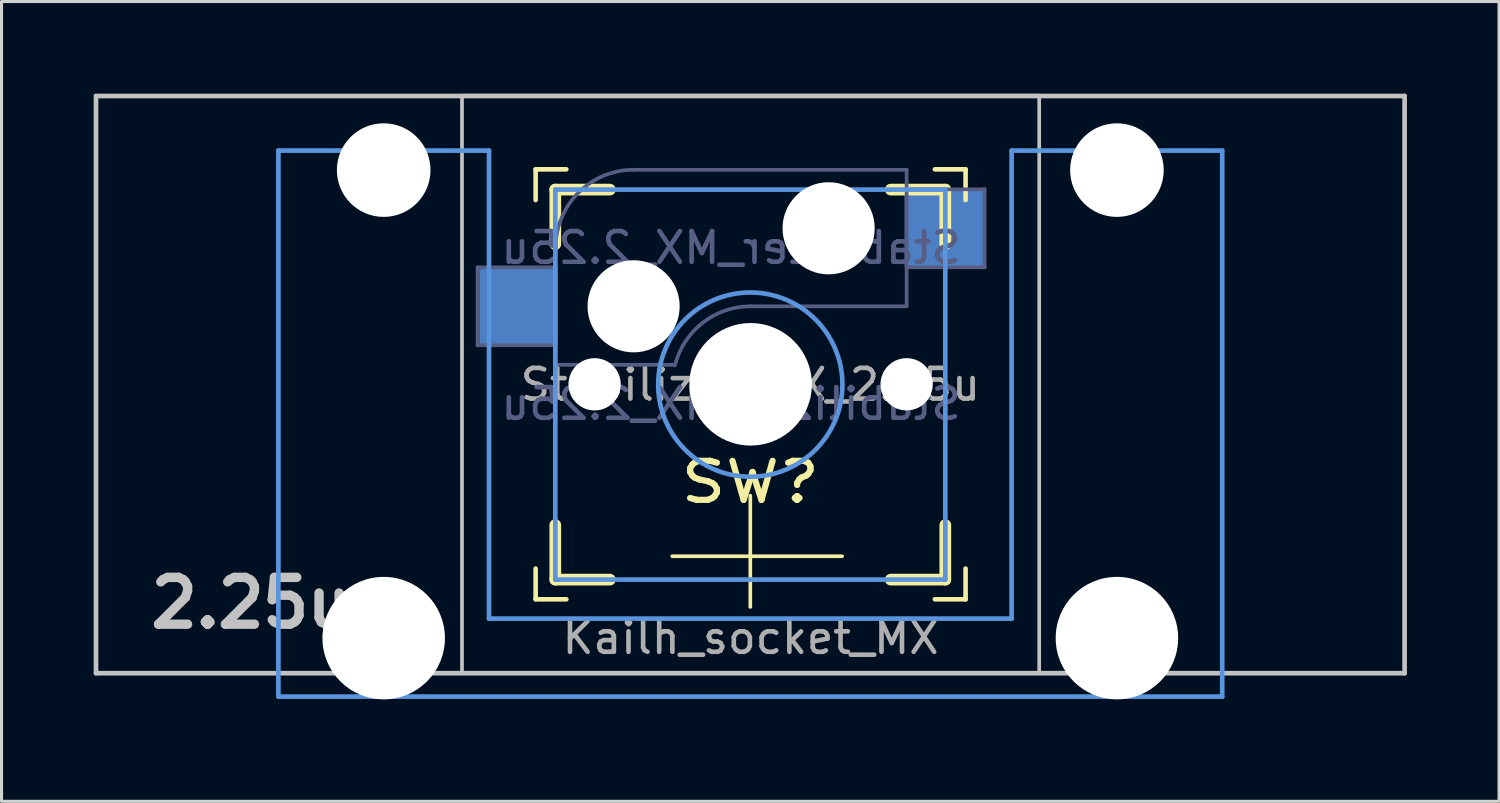
<source format=kicad_pcb>
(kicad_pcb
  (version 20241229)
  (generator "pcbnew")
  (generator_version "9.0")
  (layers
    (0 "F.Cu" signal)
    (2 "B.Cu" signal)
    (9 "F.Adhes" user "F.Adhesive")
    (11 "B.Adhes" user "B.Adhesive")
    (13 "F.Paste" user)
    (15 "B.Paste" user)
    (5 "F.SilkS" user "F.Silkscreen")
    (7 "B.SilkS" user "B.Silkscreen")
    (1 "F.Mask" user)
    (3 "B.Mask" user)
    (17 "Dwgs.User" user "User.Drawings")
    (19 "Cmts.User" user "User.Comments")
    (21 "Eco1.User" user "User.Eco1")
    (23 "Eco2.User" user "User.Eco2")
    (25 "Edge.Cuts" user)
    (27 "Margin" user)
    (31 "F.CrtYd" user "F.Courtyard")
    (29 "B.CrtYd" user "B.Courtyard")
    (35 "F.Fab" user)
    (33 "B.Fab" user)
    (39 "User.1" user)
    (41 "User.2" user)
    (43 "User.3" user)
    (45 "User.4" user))
  (footprint "Stabilizer_MX_2.25u"
    (layer "F.Cu")
    (at 21.382 9.474)
    (property "Reference" "Stabilizer_MX_2.25u" (at 0 0 0) (layer "F.Fab") (effects (font (size 1 1) (thickness 0.15))))
    (property "Value" "Stabilizer_MX_2.25u" (at 0 10.16 0) (layer "F.Fab") (hide yes) (effects (font (size 1 1) (thickness 0.15))))
    (attr through_hole)
    (fp_line (start -6.99 -6.01) (end -6.99 -7.01) (stroke (width 0.15) (type solid)) (layer "F.SilkS"))
    (fp_line (start -6.99 6.99) (end -6.99 5.99) (stroke (width 0.15) (type solid)) (layer "F.SilkS"))
    (fp_line (start -6.99 6.99) (end -5.99 6.99) (stroke (width 0.15) (type solid)) (layer "F.SilkS"))
    (fp_line (start -6.35 -6.35) (end -4.572 -6.35) (stroke (width 0.381) (type solid)) (layer "F.SilkS"))
    (fp_line (start -6.35 -4.572) (end -6.35 -6.35) (stroke (width 0.381) (type solid)) (layer "F.SilkS"))
    (fp_line (start -6.35 6.35) (end -6.35 4.572) (stroke (width 0.381) (type solid)) (layer "F.SilkS"))
    (fp_line (start -5.99 -7.01) (end -6.99 -7.01) (stroke (width 0.15) (type solid)) (layer "F.SilkS"))
    (fp_line (start -4.572 6.35) (end -6.35 6.35) (stroke (width 0.381) (type solid)) (layer "F.SilkS"))
    (fp_line (start -2.54 5.588) (end 2.99 5.588) (stroke (width 0.12) (type solid)) (layer "F.SilkS"))
    (fp_line (start 0 7.239) (end 0 3.617) (stroke (width 0.12) (type solid)) (layer "F.SilkS"))
    (fp_line (start 4.572 -6.35) (end 6.35 -6.35) (stroke (width 0.381) (type solid)) (layer "F.SilkS"))
    (fp_line (start 6.01 6.99) (end 7.01 6.99) (stroke (width 0.15) (type solid)) (layer "F.SilkS"))
    (fp_line (start 6.35 -6.35) (end 6.35 -4.572) (stroke (width 0.381) (type solid)) (layer "F.SilkS"))
    (fp_line (start 6.35 4.572) (end 6.35 6.35) (stroke (width 0.381) (type solid)) (layer "F.SilkS"))
    (fp_line (start 6.35 6.35) (end 4.572 6.35) (stroke (width 0.381) (type solid)) (layer "F.SilkS"))
    (fp_line (start 7.01 -7.01) (end 6.01 -7.01) (stroke (width 0.15) (type solid)) (layer "F.SilkS"))
    (fp_line (start 7.01 -7.01) (end 7.01 -6.01) (stroke (width 0.15) (type solid)) (layer "F.SilkS"))
    (fp_line (start 7.01 5.99) (end 7.01 6.99) (stroke (width 0.15) (type solid)) (layer "F.SilkS"))
    (fp_line (start -21.306 -9.398) (end 21.306 -9.398) (stroke (width 0.152) (type solid)) (layer "Dwgs.User"))
    (fp_line (start -21.306 9.398) (end -21.306 -9.398) (stroke (width 0.152) (type solid)) (layer "Dwgs.User"))
    (fp_line (start -9.388 -9.408) (end 9.408 -9.408) (stroke (width 0.12) (type solid)) (layer "Dwgs.User"))
    (fp_line (start -9.388 9.388) (end -9.388 -9.408) (stroke (width 0.12) (type solid)) (layer "Dwgs.User"))
    (fp_line (start 9.408 -9.408) (end 9.408 9.388) (stroke (width 0.12) (type solid)) (layer "Dwgs.User"))
    (fp_line (start 9.408 9.388) (end -9.388 9.388) (stroke (width 0.12) (type solid)) (layer "Dwgs.User"))
    (fp_line (start 21.306 -9.398) (end 21.306 9.398) (stroke (width 0.152) (type solid)) (layer "Dwgs.User"))
    (fp_line (start 21.306 9.398) (end -21.306 9.398) (stroke (width 0.152) (type solid)) (layer "Dwgs.User"))
    (fp_line (start -15.367 -7.62) (end -15.367 10.16) (stroke (width 0.152) (type solid)) (layer "Cmts.User"))
    (fp_line (start -15.367 10.16) (end 15.367 10.16) (stroke (width 0.152) (type solid)) (layer "Cmts.User"))
    (fp_line (start -8.509 -7.62) (end -15.367 -7.62) (stroke (width 0.152) (type solid)) (layer "Cmts.User"))
    (fp_line (start -8.509 7.62) (end -8.509 -7.62) (stroke (width 0.152) (type solid)) (layer "Cmts.User"))
    (fp_line (start -6.35 -6.35) (end 6.35 -6.35) (stroke (width 0.152) (type solid)) (layer "Cmts.User"))
    (fp_line (start -6.35 6.35) (end -6.35 -6.35) (stroke (width 0.152) (type solid)) (layer "Cmts.User"))
    (fp_line (start 6.35 -6.35) (end 6.35 6.35) (stroke (width 0.152) (type solid)) (layer "Cmts.User"))
    (fp_line (start 6.35 6.35) (end -6.35 6.35) (stroke (width 0.152) (type solid)) (layer "Cmts.User"))
    (fp_line (start 8.509 -7.62) (end 8.509 7.62) (stroke (width 0.152) (type solid)) (layer "Cmts.User"))
    (fp_line (start 8.509 7.62) (end -8.509 7.62) (stroke (width 0.152) (type solid)) (layer "Cmts.User"))
    (fp_line (start 15.367 -7.62) (end 8.509 -7.62) (stroke (width 0.152) (type solid)) (layer "Cmts.User"))
    (fp_line (start 15.367 10.16) (end 15.367 -7.62) (stroke (width 0.152) (type solid)) (layer "Cmts.User"))
    (fp_circle (center 0 0) (end 3 0) (stroke (width 0.15) (type solid)) (fill no) (layer "Cmts.User"))
    (fp_line (start -16.38 -9.06) (end -16.38 10.42) (stroke (width 0.12) (type solid)) (layer "Eco1.User"))
    (fp_line (start -16.38 -9.06) (end -8.12 -9.06) (stroke (width 0.12) (type solid)) (layer "Eco1.User"))
    (fp_line (start -16.38 10.42) (end -8.12 10.42) (stroke (width 0.12) (type solid)) (layer "Eco1.User"))
    (fp_line (start -8.12 -9.06) (end -8.12 10.42) (stroke (width 0.12) (type solid)) (layer "Eco1.User"))
    (fp_line (start -7.25 -7.25) (end 7.25 -7.25) (stroke (width 0.15) (type solid)) (layer "Eco1.User"))
    (fp_line (start -7.25 7.25) (end -7.25 -7.25) (stroke (width 0.15) (type solid)) (layer "Eco1.User"))
    (fp_line (start 7.25 -7.25) (end 7.25 7.25) (stroke (width 0.15) (type solid)) (layer "Eco1.User"))
    (fp_line (start 7.25 7.25) (end -7.25 7.25) (stroke (width 0.15) (type solid)) (layer "Eco1.User"))
    (fp_line (start 8.16 -9.06) (end 8.16 10.51) (stroke (width 0.12) (type solid)) (layer "Eco1.User"))
    (fp_line (start 8.16 -9.06) (end 16.42 -9.06) (stroke (width 0.12) (type solid)) (layer "Eco1.User"))
    (fp_line (start 8.16 10.51) (end 16.42 10.51) (stroke (width 0.12) (type solid)) (layer "Eco1.User"))
    (fp_line (start 16.42 -9.06) (end 16.42 10.51) (stroke (width 0.12) (type solid)) (layer "Eco1.User"))
    (fp_line (start -16.129 -2.286) (end -15.265 -2.286) (stroke (width 0.152) (type solid)) (layer "Eco2.User"))
    (fp_line (start -16.129 0.508) (end -16.129 -2.286) (stroke (width 0.152) (type solid)) (layer "Eco2.User"))
    (fp_line (start -15.265 -5.69) (end -8.611 -5.69) (stroke (width 0.152) (type solid)) (layer "Eco2.User"))
    (fp_line (start -15.265 -2.286) (end -15.265 -5.69) (stroke (width 0.152) (type solid)) (layer "Eco2.User"))
    (fp_line (start -15.265 0.508) (end -16.129 0.508) (stroke (width 0.152) (type solid)) (layer "Eco2.User"))
    (fp_line (start -15.265 6.604) (end -15.265 0.508) (stroke (width 0.152) (type solid)) (layer "Eco2.User"))
    (fp_line (start -14.224 6.604) (end -15.265 6.604) (stroke (width 0.152) (type solid)) (layer "Eco2.User"))
    (fp_line (start -14.224 7.772) (end -14.224 6.604) (stroke (width 0.152) (type solid)) (layer "Eco2.User"))
    (fp_line (start -9.652 6.604) (end -9.652 7.772) (stroke (width 0.152) (type solid)) (layer "Eco2.User"))
    (fp_line (start -9.652 7.772) (end -14.224 7.772) (stroke (width 0.152) (type solid)) (layer "Eco2.User"))
    (fp_line (start -8.611 -5.69) (end -8.611 -4.877) (stroke (width 0.152) (type solid)) (layer "Eco2.User"))
    (fp_line (start -8.611 -4.877) (end -6.985 -4.877) (stroke (width 0.152) (type solid)) (layer "Eco2.User"))
    (fp_line (start -8.611 5.817) (end -8.611 6.604) (stroke (width 0.152) (type solid)) (layer "Eco2.User"))
    (fp_line (start -8.611 6.604) (end -9.652 6.604) (stroke (width 0.152) (type solid)) (layer "Eco2.User"))
    (fp_line (start -6.985 -6.985) (end 6.985 -6.985) (stroke (width 0.152) (type solid)) (layer "Eco2.User"))
    (fp_line (start -6.985 -4.877) (end -6.985 -6.985) (stroke (width 0.152) (type solid)) (layer "Eco2.User"))
    (fp_line (start -6.985 5.817) (end -8.611 5.817) (stroke (width 0.152) (type solid)) (layer "Eco2.User"))
    (fp_line (start -6.985 6.985) (end -6.985 5.817) (stroke (width 0.152) (type solid)) (layer "Eco2.User"))
    (fp_line (start -6.89 6.89) (end -6.89 -6.91) (stroke (width 0.15) (type solid)) (layer "Eco2.User"))
    (fp_line (start -6.89 6.89) (end 6.91 6.89) (stroke (width 0.15) (type solid)) (layer "Eco2.User"))
    (fp_line (start -2.6 4.039) (end -2.6 7.239) (stroke (width 0.15) (type solid)) (layer "Eco2.User"))
    (fp_line (start -2.6 7.239) (end 2.6 7.239) (stroke (width 0.15) (type solid)) (layer "Eco2.User"))
    (fp_line (start 2.6 4) (end -2.6 4) (stroke (width 0.15) (type solid)) (layer "Eco2.User"))
    (fp_line (start 2.6 4) (end 2.6 7.2) (stroke (width 0.15) (type solid)) (layer "Eco2.User"))
    (fp_line (start 6.91 -6.91) (end -6.89 -6.91) (stroke (width 0.15) (type solid)) (layer "Eco2.User"))
    (fp_line (start 6.91 -6.91) (end 6.91 6.89) (stroke (width 0.15) (type solid)) (layer "Eco2.User"))
    (fp_line (start 6.985 -6.985) (end 6.985 -4.877) (stroke (width 0.152) (type solid)) (layer "Eco2.User"))
    (fp_line (start 6.985 -4.877) (end 8.611 -4.877) (stroke (width 0.152) (type solid)) (layer "Eco2.User"))
    (fp_line (start 6.985 5.817) (end 6.985 6.985) (stroke (width 0.152) (type solid)) (layer "Eco2.User"))
    (fp_line (start 6.985 6.985) (end -6.985 6.985) (stroke (width 0.152) (type solid)) (layer "Eco2.User"))
    (fp_line (start 8.611 -5.69) (end 15.265 -5.69) (stroke (width 0.152) (type solid)) (layer "Eco2.User"))
    (fp_line (start 8.611 -4.877) (end 8.611 -5.69) (stroke (width 0.152) (type solid)) (layer "Eco2.User"))
    (fp_line (start 8.611 5.817) (end 6.985 5.817) (stroke (width 0.152) (type solid)) (layer "Eco2.User"))
    (fp_line (start 8.611 6.604) (end 8.611 5.817) (stroke (width 0.152) (type solid)) (layer "Eco2.User"))
    (fp_line (start 9.652 6.604) (end 8.611 6.604) (stroke (width 0.152) (type solid)) (layer "Eco2.User"))
    (fp_line (start 9.652 7.772) (end 9.652 6.604) (stroke (width 0.152) (type solid)) (layer "Eco2.User"))
    (fp_line (start 14.224 6.604) (end 14.224 7.772) (stroke (width 0.152) (type solid)) (layer "Eco2.User"))
    (fp_line (start 14.224 7.772) (end 9.652 7.772) (stroke (width 0.152) (type solid)) (layer "Eco2.User"))
    (fp_line (start 15.265 -5.69) (end 15.265 -2.286) (stroke (width 0.152) (type solid)) (layer "Eco2.User"))
    (fp_line (start 15.265 -2.286) (end 16.129 -2.286) (stroke (width 0.152) (type solid)) (layer "Eco2.User"))
    (fp_line (start 15.265 0.508) (end 15.265 6.604) (stroke (width 0.152) (type solid)) (layer "Eco2.User"))
    (fp_line (start 15.265 6.604) (end 14.224 6.604) (stroke (width 0.152) (type solid)) (layer "Eco2.User"))
    (fp_line (start 16.129 -2.286) (end 16.129 0.508) (stroke (width 0.152) (type solid)) (layer "Eco2.User"))
    (fp_line (start 16.129 0.508) (end 15.265 0.508) (stroke (width 0.152) (type solid)) (layer "Eco2.User"))
    (fp_line (start -8.88 -3.82) (end -6.34 -3.82) (stroke (width 0.12) (type solid)) (layer "B.Fab"))
    (fp_line (start -8.88 -1.28) (end -8.88 -3.82) (stroke (width 0.12) (type solid)) (layer "B.Fab"))
    (fp_line (start -6.34 -1.28) (end -8.88 -1.28) (stroke (width 0.12) (type solid)) (layer "B.Fab"))
    (fp_line (start -6.34 -0.645) (end -6.34 -4.455) (stroke (width 0.12) (type solid)) (layer "B.Fab"))
    (fp_line (start -6.34 -0.645) (end -2.53 -0.645) (stroke (width 0.12) (type solid)) (layer "B.Fab"))
    (fp_line (start -3.8 -6.995) (end 5.09 -6.995) (stroke (width 0.12) (type solid)) (layer "B.Fab"))
    (fp_line (start 5.09 -6.995) (end 5.09 -2.55) (stroke (width 0.12) (type solid)) (layer "B.Fab"))
    (fp_line (start 5.09 -6.36) (end 7.63 -6.36) (stroke (width 0.12) (type solid)) (layer "B.Fab"))
    (fp_line (start 5.09 -2.55) (end 0.01 -2.55) (stroke (width 0.12) (type solid)) (layer "B.Fab"))
    (fp_line (start 7.63 -6.36) (end 7.63 -3.82) (stroke (width 0.12) (type solid)) (layer "B.Fab"))
    (fp_line (start 7.63 -3.82) (end 5.09 -3.82) (stroke (width 0.12) (type solid)) (layer "B.Fab"))
    (fp_arc (start -6.34 -4.455) (mid -5.596051 -6.251051) (end -3.8 -6.995) (stroke (width 0.12) (type solid)) (layer "B.Fab"))
    (fp_arc (start -2.454162 -0.62604) (mid -1.553147 -2.012042) (end 0.01 -2.55) (stroke (width 0.12) (type solid)) (layer "B.Fab"))
    (fp_text user "SW?" (at 0 3.175 0) (layer "F.SilkS") (effects (font (size 1.27 1.524) (thickness 0.203))))
    (fp_text user "2.25u" (at -16.256 7.112 0) (layer "Dwgs.User") (effects (font (size 1.524 1.524) (thickness 0.305))))
    (fp_text user "${REFERENCE}" (at -0.625 -4.455 0) (layer "B.Fab") (effects (font (size 1 1) (thickness 0.15)) (justify mirror)))
    (fp_text user "${VALUE}" (at -0.625 0.625 0) (layer "B.Fab") (effects (font (size 1 1) (thickness 0.15)) (justify mirror)))
    (fp_text user "Kailh_socket_MX" (at 0.01 8.245 0) (layer "F.Fab") (effects (font (size 1 1) (thickness 0.15))))
    (pad "" np_thru_hole circle (at -11.938 -6.985) (size 3.048 3.048) (drill 3.048) (layers "*.Cu"))
    (pad "" np_thru_hole circle (at -11.938 8.255) (size 3.988 3.988) (drill 3.988) (layers "*.Cu"))
    (pad "" np_thru_hole circle (at -5.07 -0.01) (size 1.702 1.702) (drill 1.702) (layers "*.Cu" "*.Mask"))
    (pad "" np_thru_hole circle (at -3.8 -2.55) (size 3 3) (drill 3) (layers "*.Cu" "*.Mask"))
    (pad "" np_thru_hole circle (at 0.01 -0.01) (size 3.988 3.988) (drill 3.988) (layers "*.Cu" "*.Mask"))
    (pad "" np_thru_hole circle (at 2.55 -5.09) (size 3 3) (drill 3) (layers "*.Cu" "*.Mask"))
    (pad "" np_thru_hole circle (at 5.09 -0.01) (size 1.702 1.702) (drill 1.702) (layers "*.Cu" "*.Mask"))
    (pad "" np_thru_hole circle (at 11.938 -6.985) (size 3.048 3.048) (drill 3.048) (layers "*.Cu"))
    (pad "" np_thru_hole circle (at 11.938 8.255) (size 3.988 3.988) (drill 3.988) (layers "*.Cu"))
    (pad "1" smd rect (at 6.3 -5.09) (size 2.55 2.5) (layers "B.Cu" "B.Mask" "B.Paste"))
    (pad "2" smd rect (at -7.55 -2.55) (size 2.55 2.5) (layers "B.Cu" "B.Mask" "B.Paste")))
  (gr_rect
    (start -3 -3)
    (end 45.763 23.044)
    (stroke (width 0.1) (type default))
    (fill no)
    (layer "Edge.Cuts")))
</source>
